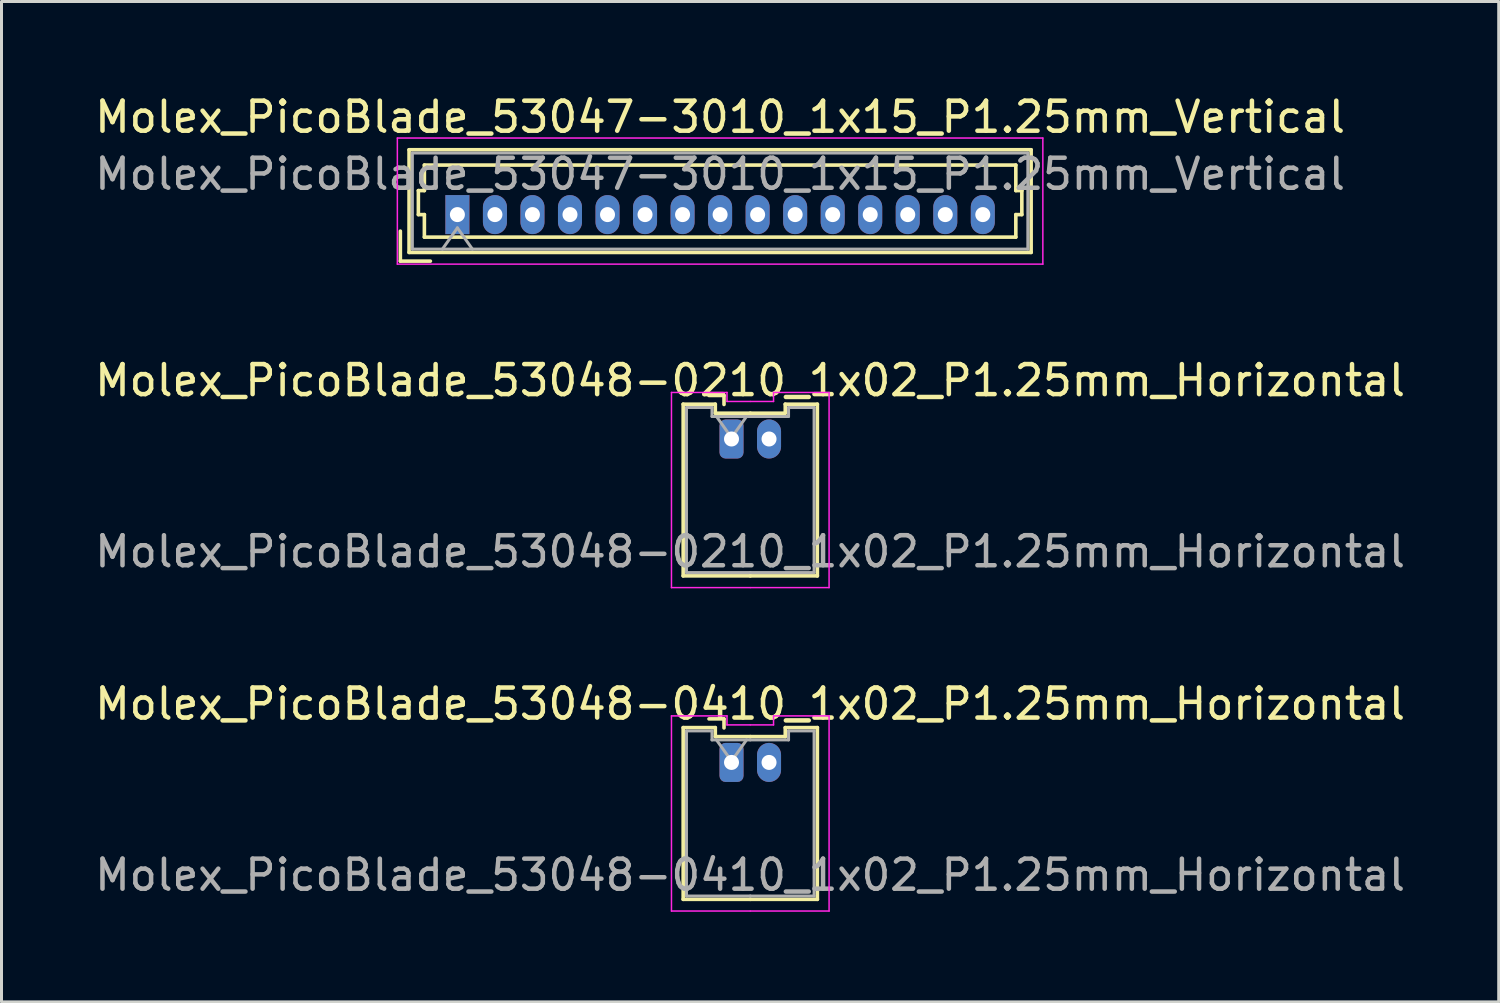
<source format=kicad_pcb>
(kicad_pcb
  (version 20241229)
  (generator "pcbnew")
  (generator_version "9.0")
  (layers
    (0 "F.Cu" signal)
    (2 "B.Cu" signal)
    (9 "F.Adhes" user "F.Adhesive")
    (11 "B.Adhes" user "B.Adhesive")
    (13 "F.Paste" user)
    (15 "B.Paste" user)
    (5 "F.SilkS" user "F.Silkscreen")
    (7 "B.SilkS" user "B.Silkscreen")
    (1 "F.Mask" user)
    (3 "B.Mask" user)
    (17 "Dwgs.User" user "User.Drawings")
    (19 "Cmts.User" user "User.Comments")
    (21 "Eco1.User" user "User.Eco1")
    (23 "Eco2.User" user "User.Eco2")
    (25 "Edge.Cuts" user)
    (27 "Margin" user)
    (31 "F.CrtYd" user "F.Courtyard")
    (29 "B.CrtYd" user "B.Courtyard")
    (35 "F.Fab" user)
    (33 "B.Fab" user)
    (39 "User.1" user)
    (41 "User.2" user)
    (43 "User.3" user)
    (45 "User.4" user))
  (footprint "Molex_PicoBlade_53047-3010_1x15_P1.25mm_Vertical"
    (layer "F.Cu")
    (at 12.185 4.098)
    (property "Reference" "Molex_PicoBlade_53047-3010_1x15_P1.25mm_Vertical" (at 8.75 -3.25 0) (layer "F.SilkS") (effects (font (size 1 1) (thickness 0.15))))
    (attr through_hole)
    (fp_line (start -1.9 1.55) (end -1.9 0.55) (stroke (width 0.12) (type solid)) (layer "F.SilkS"))
    (fp_line (start -1.9 1.55) (end -0.9 1.55) (stroke (width 0.12) (type solid)) (layer "F.SilkS"))
    (fp_line (start -1.61 -2.16) (end -1.61 1.26) (stroke (width 0.12) (type solid)) (layer "F.SilkS"))
    (fp_line (start -1.61 1.26) (end 19.11 1.26) (stroke (width 0.12) (type solid)) (layer "F.SilkS"))
    (fp_line (start -1.3 -0.8) (end -1.1 -0.8) (stroke (width 0.12) (type solid)) (layer "F.SilkS"))
    (fp_line (start -1.3 0) (end -1.3 -0.8) (stroke (width 0.12) (type solid)) (layer "F.SilkS"))
    (fp_line (start -1.1 -1.65) (end 8.75 -1.65) (stroke (width 0.12) (type solid)) (layer "F.SilkS"))
    (fp_line (start -1.1 -0.8) (end -1.1 -1.65) (stroke (width 0.12) (type solid)) (layer "F.SilkS"))
    (fp_line (start -1.1 0) (end -1.3 0) (stroke (width 0.12) (type solid)) (layer "F.SilkS"))
    (fp_line (start -1.1 0.75) (end -1.1 0) (stroke (width 0.12) (type solid)) (layer "F.SilkS"))
    (fp_line (start 8.75 0.75) (end -1.1 0.75) (stroke (width 0.12) (type solid)) (layer "F.SilkS"))
    (fp_line (start 8.75 0.75) (end 18.6 0.75) (stroke (width 0.12) (type solid)) (layer "F.SilkS"))
    (fp_line (start 18.6 -1.65) (end 8.75 -1.65) (stroke (width 0.12) (type solid)) (layer "F.SilkS"))
    (fp_line (start 18.6 -0.8) (end 18.6 -1.65) (stroke (width 0.12) (type solid)) (layer "F.SilkS"))
    (fp_line (start 18.6 0) (end 18.8 0) (stroke (width 0.12) (type solid)) (layer "F.SilkS"))
    (fp_line (start 18.6 0.75) (end 18.6 0) (stroke (width 0.12) (type solid)) (layer "F.SilkS"))
    (fp_line (start 18.8 -0.8) (end 18.6 -0.8) (stroke (width 0.12) (type solid)) (layer "F.SilkS"))
    (fp_line (start 18.8 0) (end 18.8 -0.8) (stroke (width 0.12) (type solid)) (layer "F.SilkS"))
    (fp_line (start 19.11 -2.16) (end -1.61 -2.16) (stroke (width 0.12) (type solid)) (layer "F.SilkS"))
    (fp_line (start 19.11 1.26) (end 19.11 -2.16) (stroke (width 0.12) (type solid)) (layer "F.SilkS"))
    (fp_line (start -2 -2.55) (end -2 1.65) (stroke (width 0.05) (type solid)) (layer "F.CrtYd"))
    (fp_line (start -2 1.65) (end 19.5 1.65) (stroke (width 0.05) (type solid)) (layer "F.CrtYd"))
    (fp_line (start 19.5 -2.55) (end -2 -2.55) (stroke (width 0.05) (type solid)) (layer "F.CrtYd"))
    (fp_line (start 19.5 1.65) (end 19.5 -2.55) (stroke (width 0.05) (type solid)) (layer "F.CrtYd"))
    (fp_line (start -1.5 -2.05) (end -1.5 1.15) (stroke (width 0.1) (type solid)) (layer "F.Fab"))
    (fp_line (start -1.5 1.15) (end 19 1.15) (stroke (width 0.1) (type solid)) (layer "F.Fab"))
    (fp_line (start -0.5 1.15) (end 0 0.443) (stroke (width 0.1) (type solid)) (layer "F.Fab"))
    (fp_line (start 0 0.443) (end 0.5 1.15) (stroke (width 0.1) (type solid)) (layer "F.Fab"))
    (fp_line (start 19 -2.05) (end -1.5 -2.05) (stroke (width 0.1) (type solid)) (layer "F.Fab"))
    (fp_line (start 19 1.15) (end 19 -2.05) (stroke (width 0.1) (type solid)) (layer "F.Fab"))
    (fp_text user "${REFERENCE}" (at 8.75 -1.35 0) (layer "F.Fab") (effects (font (size 1 1) (thickness 0.15))))
    (pad "1" thru_hole rect (at 0 0) (size 0.8 1.3) (drill 0.5) (layers "*.Cu" "*.Mask"))
    (pad "2" thru_hole oval (at 1.25 0) (size 0.8 1.3) (drill 0.5) (layers "*.Cu" "*.Mask"))
    (pad "3" thru_hole oval (at 2.5 0) (size 0.8 1.3) (drill 0.5) (layers "*.Cu" "*.Mask"))
    (pad "4" thru_hole oval (at 3.75 0) (size 0.8 1.3) (drill 0.5) (layers "*.Cu" "*.Mask"))
    (pad "5" thru_hole oval (at 5 0) (size 0.8 1.3) (drill 0.5) (layers "*.Cu" "*.Mask"))
    (pad "6" thru_hole oval (at 6.25 0) (size 0.8 1.3) (drill 0.5) (layers "*.Cu" "*.Mask"))
    (pad "7" thru_hole oval (at 7.5 0) (size 0.8 1.3) (drill 0.5) (layers "*.Cu" "*.Mask"))
    (pad "8" thru_hole oval (at 8.75 0) (size 0.8 1.3) (drill 0.5) (layers "*.Cu" "*.Mask"))
    (pad "9" thru_hole oval (at 10 0) (size 0.8 1.3) (drill 0.5) (layers "*.Cu" "*.Mask"))
    (pad "10" thru_hole oval (at 11.25 0) (size 0.8 1.3) (drill 0.5) (layers "*.Cu" "*.Mask"))
    (pad "11" thru_hole oval (at 12.5 0) (size 0.8 1.3) (drill 0.5) (layers "*.Cu" "*.Mask"))
    (pad "12" thru_hole oval (at 13.75 0) (size 0.8 1.3) (drill 0.5) (layers "*.Cu" "*.Mask"))
    (pad "13" thru_hole oval (at 15 0) (size 0.8 1.3) (drill 0.5) (layers "*.Cu" "*.Mask"))
    (pad "14" thru_hole oval (at 16.25 0) (size 0.8 1.3) (drill 0.5) (layers "*.Cu" "*.Mask"))
    (pad "15" thru_hole oval (at 17.5 0) (size 0.8 1.3) (drill 0.5) (layers "*.Cu" "*.Mask")))
  (footprint "Molex_PicoBlade_53048-0210_1x02_P1.25mm_Horizontal"
    (layer "F.Cu")
    (at 21.315 11.572)
    (property "Reference" "Molex_PicoBlade_53048-0210_1x02_P1.25mm_Horizontal" (at 0.62 -1.95 0) (layer "F.SilkS") (effects (font (size 1 1) (thickness 0.15))))
    (attr through_hole)
    (fp_line (start -1.61 -1.16) (end -1.61 4.56) (stroke (width 0.12) (type solid)) (layer "F.SilkS"))
    (fp_line (start -1.61 4.56) (end 0.625 4.56) (stroke (width 0.12) (type solid)) (layer "F.SilkS"))
    (fp_line (start -0.54 -1.16) (end -1.61 -1.16) (stroke (width 0.12) (type solid)) (layer "F.SilkS"))
    (fp_line (start -0.54 -0.86) (end -0.54 -1.16) (stroke (width 0.12) (type solid)) (layer "F.SilkS"))
    (fp_line (start -0.25 -1.45) (end -0.75 -1.45) (stroke (width 0.12) (type solid)) (layer "F.SilkS"))
    (fp_line (start -0.25 -1.15) (end -0.25 -1.45) (stroke (width 0.12) (type solid)) (layer "F.SilkS"))
    (fp_line (start 0.625 -0.86) (end -0.54 -0.86) (stroke (width 0.12) (type solid)) (layer "F.SilkS"))
    (fp_line (start 0.625 -0.86) (end 1.79 -0.86) (stroke (width 0.12) (type solid)) (layer "F.SilkS"))
    (fp_line (start 1.79 -1.16) (end 2.86 -1.16) (stroke (width 0.12) (type solid)) (layer "F.SilkS"))
    (fp_line (start 1.79 -0.86) (end 1.79 -1.16) (stroke (width 0.12) (type solid)) (layer "F.SilkS"))
    (fp_line (start 2.86 -1.16) (end 2.86 4.56) (stroke (width 0.12) (type solid)) (layer "F.SilkS"))
    (fp_line (start 2.86 4.56) (end 0.625 4.56) (stroke (width 0.12) (type solid)) (layer "F.SilkS"))
    (fp_line (start -2 -1.55) (end -2 4.95) (stroke (width 0.05) (type solid)) (layer "F.CrtYd"))
    (fp_line (start -2 4.95) (end 0.62 4.95) (stroke (width 0.05) (type solid)) (layer "F.CrtYd"))
    (fp_line (start -0.15 -1.55) (end -2 -1.55) (stroke (width 0.05) (type solid)) (layer "F.CrtYd"))
    (fp_line (start -0.15 -1.25) (end -0.15 -1.55) (stroke (width 0.05) (type solid)) (layer "F.CrtYd"))
    (fp_line (start 0.62 -1.25) (end -0.15 -1.25) (stroke (width 0.05) (type solid)) (layer "F.CrtYd"))
    (fp_line (start 0.63 -1.25) (end 1.4 -1.25) (stroke (width 0.05) (type solid)) (layer "F.CrtYd"))
    (fp_line (start 1.4 -1.55) (end 3.25 -1.55) (stroke (width 0.05) (type solid)) (layer "F.CrtYd"))
    (fp_line (start 1.4 -1.25) (end 1.4 -1.55) (stroke (width 0.05) (type solid)) (layer "F.CrtYd"))
    (fp_line (start 3.25 -1.55) (end 3.25 4.95) (stroke (width 0.05) (type solid)) (layer "F.CrtYd"))
    (fp_line (start 3.25 4.95) (end 0.63 4.95) (stroke (width 0.05) (type solid)) (layer "F.CrtYd"))
    (fp_line (start -1.5 -1.05) (end -1.5 4.45) (stroke (width 0.1) (type solid)) (layer "F.Fab"))
    (fp_line (start -1.5 4.45) (end 0.625 4.45) (stroke (width 0.1) (type solid)) (layer "F.Fab"))
    (fp_line (start -0.65 -1.05) (end -1.5 -1.05) (stroke (width 0.1) (type solid)) (layer "F.Fab"))
    (fp_line (start -0.65 -0.75) (end -0.65 -1.05) (stroke (width 0.1) (type solid)) (layer "F.Fab"))
    (fp_line (start -0.5 -0.75) (end 0 -0.043) (stroke (width 0.1) (type solid)) (layer "F.Fab"))
    (fp_line (start 0 -0.043) (end 0.5 -0.75) (stroke (width 0.1) (type solid)) (layer "F.Fab"))
    (fp_line (start 0.625 -0.75) (end -0.65 -0.75) (stroke (width 0.1) (type solid)) (layer "F.Fab"))
    (fp_line (start 0.625 -0.75) (end 1.9 -0.75) (stroke (width 0.1) (type solid)) (layer "F.Fab"))
    (fp_line (start 1.9 -1.05) (end 2.75 -1.05) (stroke (width 0.1) (type solid)) (layer "F.Fab"))
    (fp_line (start 1.9 -0.75) (end 1.9 -1.05) (stroke (width 0.1) (type solid)) (layer "F.Fab"))
    (fp_line (start 2.75 -1.05) (end 2.75 4.45) (stroke (width 0.1) (type solid)) (layer "F.Fab"))
    (fp_line (start 2.75 4.45) (end 0.625 4.45) (stroke (width 0.1) (type solid)) (layer "F.Fab"))
    (fp_text user "${REFERENCE}" (at 0.62 3.75 0) (layer "F.Fab") (effects (font (size 1 1) (thickness 0.15))))
    (pad "1" thru_hole roundrect (at 0 0) (size 0.8 1.3) (drill 0.5) (layers "*.Cu" "*.Mask") (roundrect_rratio 0.25))
    (pad "2" thru_hole oval (at 1.25 0) (size 0.8 1.3) (drill 0.5) (layers "*.Cu" "*.Mask")))
  (footprint "Molex_PicoBlade_53048-0410_1x02_P1.25mm_Horizontal"
    (layer "F.Cu")
    (at 21.315 22.345)
    (property "Reference" "Molex_PicoBlade_53048-0410_1x02_P1.25mm_Horizontal" (at 0.62 -1.95 0) (layer "F.SilkS") (effects (font (size 1 1) (thickness 0.15))))
    (attr through_hole)
    (fp_line (start -1.61 -1.16) (end -1.61 4.56) (stroke (width 0.12) (type solid)) (layer "F.SilkS"))
    (fp_line (start -1.61 4.56) (end 0.625 4.56) (stroke (width 0.12) (type solid)) (layer "F.SilkS"))
    (fp_line (start -0.54 -1.16) (end -1.61 -1.16) (stroke (width 0.12) (type solid)) (layer "F.SilkS"))
    (fp_line (start -0.54 -0.86) (end -0.54 -1.16) (stroke (width 0.12) (type solid)) (layer "F.SilkS"))
    (fp_line (start -0.25 -1.45) (end -0.75 -1.45) (stroke (width 0.12) (type solid)) (layer "F.SilkS"))
    (fp_line (start -0.25 -1.15) (end -0.25 -1.45) (stroke (width 0.12) (type solid)) (layer "F.SilkS"))
    (fp_line (start 0.625 -0.86) (end -0.54 -0.86) (stroke (width 0.12) (type solid)) (layer "F.SilkS"))
    (fp_line (start 0.625 -0.86) (end 1.79 -0.86) (stroke (width 0.12) (type solid)) (layer "F.SilkS"))
    (fp_line (start 1.79 -1.16) (end 2.86 -1.16) (stroke (width 0.12) (type solid)) (layer "F.SilkS"))
    (fp_line (start 1.79 -0.86) (end 1.79 -1.16) (stroke (width 0.12) (type solid)) (layer "F.SilkS"))
    (fp_line (start 2.86 -1.16) (end 2.86 4.56) (stroke (width 0.12) (type solid)) (layer "F.SilkS"))
    (fp_line (start 2.86 4.56) (end 0.625 4.56) (stroke (width 0.12) (type solid)) (layer "F.SilkS"))
    (fp_line (start -2 -1.55) (end -2 4.95) (stroke (width 0.05) (type solid)) (layer "F.CrtYd"))
    (fp_line (start -2 4.95) (end 0.62 4.95) (stroke (width 0.05) (type solid)) (layer "F.CrtYd"))
    (fp_line (start -0.15 -1.55) (end -2 -1.55) (stroke (width 0.05) (type solid)) (layer "F.CrtYd"))
    (fp_line (start -0.15 -1.25) (end -0.15 -1.55) (stroke (width 0.05) (type solid)) (layer "F.CrtYd"))
    (fp_line (start 0.62 -1.25) (end -0.15 -1.25) (stroke (width 0.05) (type solid)) (layer "F.CrtYd"))
    (fp_line (start 0.63 -1.25) (end 1.4 -1.25) (stroke (width 0.05) (type solid)) (layer "F.CrtYd"))
    (fp_line (start 1.4 -1.55) (end 3.25 -1.55) (stroke (width 0.05) (type solid)) (layer "F.CrtYd"))
    (fp_line (start 1.4 -1.25) (end 1.4 -1.55) (stroke (width 0.05) (type solid)) (layer "F.CrtYd"))
    (fp_line (start 3.25 -1.55) (end 3.25 4.95) (stroke (width 0.05) (type solid)) (layer "F.CrtYd"))
    (fp_line (start 3.25 4.95) (end 0.63 4.95) (stroke (width 0.05) (type solid)) (layer "F.CrtYd"))
    (fp_line (start -1.5 -1.05) (end -1.5 4.45) (stroke (width 0.1) (type solid)) (layer "F.Fab"))
    (fp_line (start -1.5 4.45) (end 0.625 4.45) (stroke (width 0.1) (type solid)) (layer "F.Fab"))
    (fp_line (start -0.65 -1.05) (end -1.5 -1.05) (stroke (width 0.1) (type solid)) (layer "F.Fab"))
    (fp_line (start -0.65 -0.75) (end -0.65 -1.05) (stroke (width 0.1) (type solid)) (layer "F.Fab"))
    (fp_line (start -0.5 -0.75) (end 0 -0.043) (stroke (width 0.1) (type solid)) (layer "F.Fab"))
    (fp_line (start 0 -0.043) (end 0.5 -0.75) (stroke (width 0.1) (type solid)) (layer "F.Fab"))
    (fp_line (start 0.625 -0.75) (end -0.65 -0.75) (stroke (width 0.1) (type solid)) (layer "F.Fab"))
    (fp_line (start 0.625 -0.75) (end 1.9 -0.75) (stroke (width 0.1) (type solid)) (layer "F.Fab"))
    (fp_line (start 1.9 -1.05) (end 2.75 -1.05) (stroke (width 0.1) (type solid)) (layer "F.Fab"))
    (fp_line (start 1.9 -0.75) (end 1.9 -1.05) (stroke (width 0.1) (type solid)) (layer "F.Fab"))
    (fp_line (start 2.75 -1.05) (end 2.75 4.45) (stroke (width 0.1) (type solid)) (layer "F.Fab"))
    (fp_line (start 2.75 4.45) (end 0.625 4.45) (stroke (width 0.1) (type solid)) (layer "F.Fab"))
    (fp_text user "${REFERENCE}" (at 0.62 3.75 0) (layer "F.Fab") (effects (font (size 1 1) (thickness 0.15))))
    (pad "1" thru_hole roundrect (at 0 0) (size 0.8 1.3) (drill 0.5) (layers "*.Cu" "*.Mask") (roundrect_rratio 0.25))
    (pad "2" thru_hole oval (at 1.25 0) (size 0.8 1.3) (drill 0.5) (layers "*.Cu" "*.Mask")))
  (gr_rect
    (start -3 -3)
    (end 46.869 30.32)
    (stroke (width 0.1) (type default))
    (fill no)
    (layer "Edge.Cuts")))
</source>
